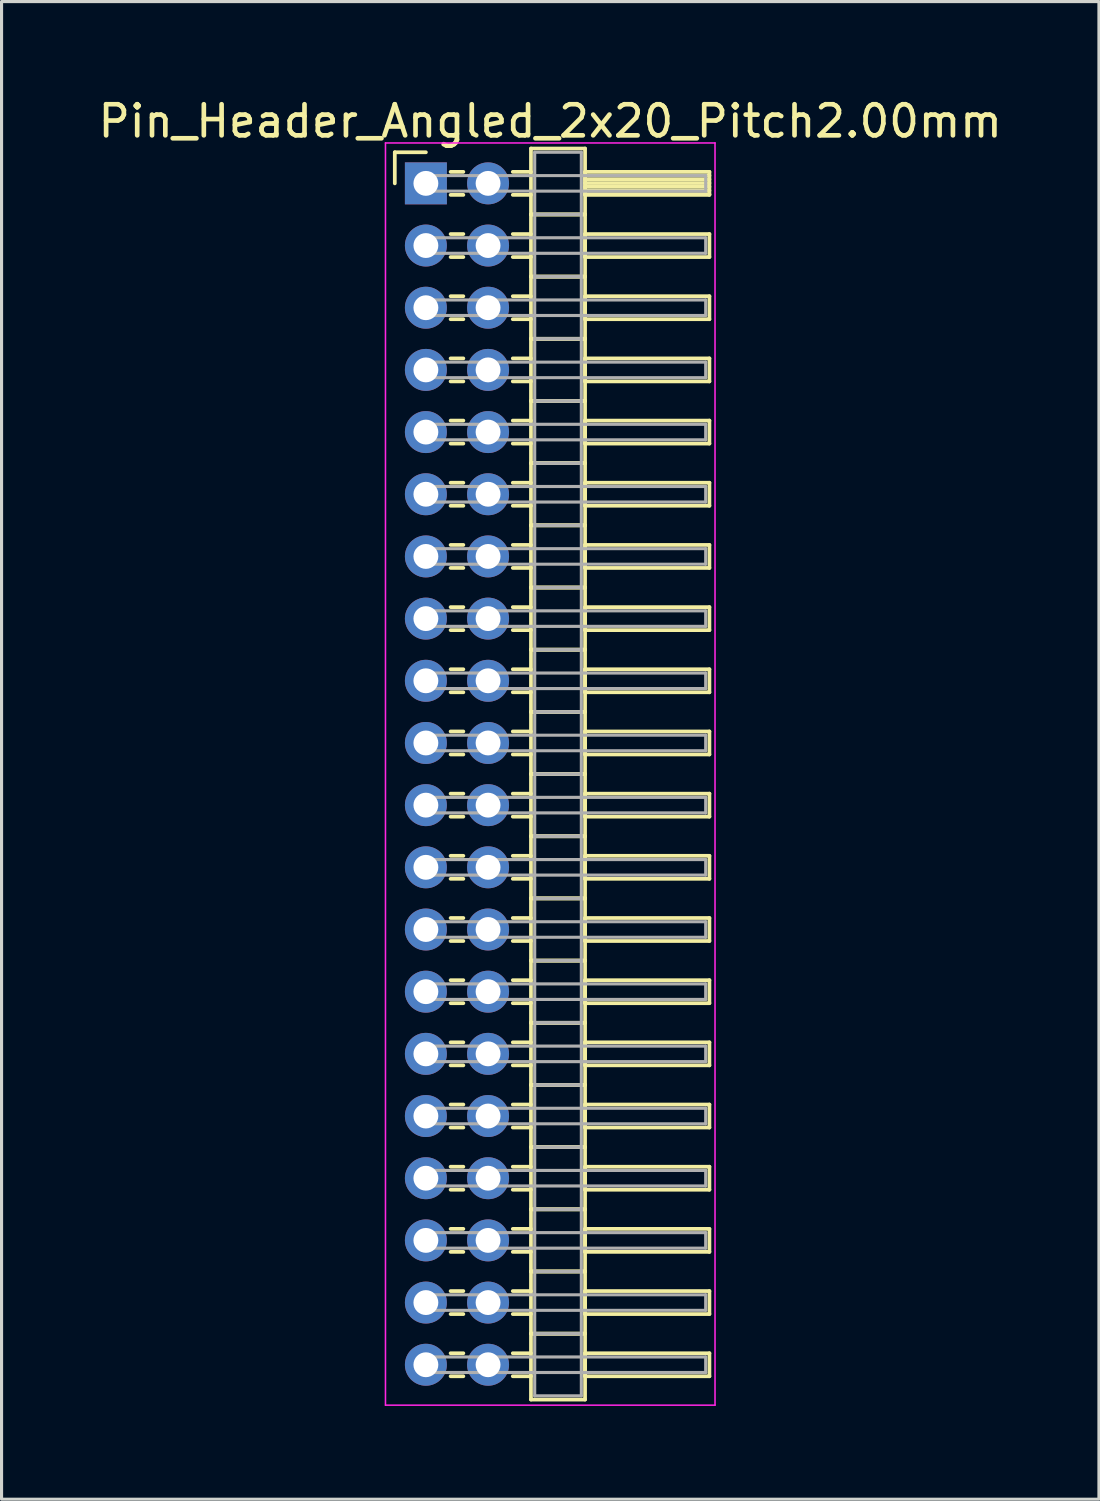
<source format=kicad_pcb>
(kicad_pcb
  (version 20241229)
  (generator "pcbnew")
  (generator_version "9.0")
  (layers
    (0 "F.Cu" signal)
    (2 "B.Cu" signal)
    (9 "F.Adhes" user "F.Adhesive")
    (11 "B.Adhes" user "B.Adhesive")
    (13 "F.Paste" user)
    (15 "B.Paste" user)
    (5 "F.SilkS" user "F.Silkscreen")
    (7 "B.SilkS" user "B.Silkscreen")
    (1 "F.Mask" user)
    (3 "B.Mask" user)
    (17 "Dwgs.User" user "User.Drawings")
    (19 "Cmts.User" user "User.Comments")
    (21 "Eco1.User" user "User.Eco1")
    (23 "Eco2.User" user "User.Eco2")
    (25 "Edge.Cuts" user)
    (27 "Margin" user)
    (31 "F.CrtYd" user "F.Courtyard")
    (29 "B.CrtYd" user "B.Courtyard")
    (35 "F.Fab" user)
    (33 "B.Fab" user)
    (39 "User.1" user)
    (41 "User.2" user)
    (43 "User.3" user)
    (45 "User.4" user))
  (footprint "Pin_Header_Angled_2x20_Pitch2.00mm"
    (layer "F.Cu")
    (at 10.649 2.848)
    (property "Reference" "Pin_Header_Angled_2x20_Pitch2.00mm" (at 4 -2 0) (layer "F.SilkS") (effects (font (size 1 1) (thickness 0.15))))
    (attr through_hole)
    (fp_line (start -1 -1) (end 0 -1) (stroke (width 0.12) (type solid)) (layer "F.SilkS"))
    (fp_line (start -1 0) (end -1 -1) (stroke (width 0.12) (type solid)) (layer "F.SilkS"))
    (fp_line (start 0.795 -0.37) (end 1.205 -0.37) (stroke (width 0.12) (type solid)) (layer "F.SilkS"))
    (fp_line (start 0.795 0.37) (end 1.205 0.37) (stroke (width 0.12) (type solid)) (layer "F.SilkS"))
    (fp_line (start 0.795 1.63) (end 1.205 1.63) (stroke (width 0.12) (type solid)) (layer "F.SilkS"))
    (fp_line (start 0.795 2.37) (end 1.205 2.37) (stroke (width 0.12) (type solid)) (layer "F.SilkS"))
    (fp_line (start 0.795 3.63) (end 1.205 3.63) (stroke (width 0.12) (type solid)) (layer "F.SilkS"))
    (fp_line (start 0.795 4.37) (end 1.205 4.37) (stroke (width 0.12) (type solid)) (layer "F.SilkS"))
    (fp_line (start 0.795 5.63) (end 1.205 5.63) (stroke (width 0.12) (type solid)) (layer "F.SilkS"))
    (fp_line (start 0.795 6.37) (end 1.205 6.37) (stroke (width 0.12) (type solid)) (layer "F.SilkS"))
    (fp_line (start 0.795 7.63) (end 1.205 7.63) (stroke (width 0.12) (type solid)) (layer "F.SilkS"))
    (fp_line (start 0.795 8.37) (end 1.205 8.37) (stroke (width 0.12) (type solid)) (layer "F.SilkS"))
    (fp_line (start 0.795 9.63) (end 1.205 9.63) (stroke (width 0.12) (type solid)) (layer "F.SilkS"))
    (fp_line (start 0.795 10.37) (end 1.205 10.37) (stroke (width 0.12) (type solid)) (layer "F.SilkS"))
    (fp_line (start 0.795 11.63) (end 1.205 11.63) (stroke (width 0.12) (type solid)) (layer "F.SilkS"))
    (fp_line (start 0.795 12.37) (end 1.205 12.37) (stroke (width 0.12) (type solid)) (layer "F.SilkS"))
    (fp_line (start 0.795 13.63) (end 1.205 13.63) (stroke (width 0.12) (type solid)) (layer "F.SilkS"))
    (fp_line (start 0.795 14.37) (end 1.205 14.37) (stroke (width 0.12) (type solid)) (layer "F.SilkS"))
    (fp_line (start 0.795 15.63) (end 1.205 15.63) (stroke (width 0.12) (type solid)) (layer "F.SilkS"))
    (fp_line (start 0.795 16.37) (end 1.205 16.37) (stroke (width 0.12) (type solid)) (layer "F.SilkS"))
    (fp_line (start 0.795 17.63) (end 1.205 17.63) (stroke (width 0.12) (type solid)) (layer "F.SilkS"))
    (fp_line (start 0.795 18.37) (end 1.205 18.37) (stroke (width 0.12) (type solid)) (layer "F.SilkS"))
    (fp_line (start 0.795 19.63) (end 1.205 19.63) (stroke (width 0.12) (type solid)) (layer "F.SilkS"))
    (fp_line (start 0.795 20.37) (end 1.205 20.37) (stroke (width 0.12) (type solid)) (layer "F.SilkS"))
    (fp_line (start 0.795 21.63) (end 1.205 21.63) (stroke (width 0.12) (type solid)) (layer "F.SilkS"))
    (fp_line (start 0.795 22.37) (end 1.205 22.37) (stroke (width 0.12) (type solid)) (layer "F.SilkS"))
    (fp_line (start 0.795 23.63) (end 1.205 23.63) (stroke (width 0.12) (type solid)) (layer "F.SilkS"))
    (fp_line (start 0.795 24.37) (end 1.205 24.37) (stroke (width 0.12) (type solid)) (layer "F.SilkS"))
    (fp_line (start 0.795 25.63) (end 1.205 25.63) (stroke (width 0.12) (type solid)) (layer "F.SilkS"))
    (fp_line (start 0.795 26.37) (end 1.205 26.37) (stroke (width 0.12) (type solid)) (layer "F.SilkS"))
    (fp_line (start 0.795 27.63) (end 1.205 27.63) (stroke (width 0.12) (type solid)) (layer "F.SilkS"))
    (fp_line (start 0.795 28.37) (end 1.205 28.37) (stroke (width 0.12) (type solid)) (layer "F.SilkS"))
    (fp_line (start 0.795 29.63) (end 1.205 29.63) (stroke (width 0.12) (type solid)) (layer "F.SilkS"))
    (fp_line (start 0.795 30.37) (end 1.205 30.37) (stroke (width 0.12) (type solid)) (layer "F.SilkS"))
    (fp_line (start 0.795 31.63) (end 1.205 31.63) (stroke (width 0.12) (type solid)) (layer "F.SilkS"))
    (fp_line (start 0.795 32.37) (end 1.205 32.37) (stroke (width 0.12) (type solid)) (layer "F.SilkS"))
    (fp_line (start 0.795 33.63) (end 1.205 33.63) (stroke (width 0.12) (type solid)) (layer "F.SilkS"))
    (fp_line (start 0.795 34.37) (end 1.205 34.37) (stroke (width 0.12) (type solid)) (layer "F.SilkS"))
    (fp_line (start 0.795 35.63) (end 1.205 35.63) (stroke (width 0.12) (type solid)) (layer "F.SilkS"))
    (fp_line (start 0.795 36.37) (end 1.205 36.37) (stroke (width 0.12) (type solid)) (layer "F.SilkS"))
    (fp_line (start 0.795 37.63) (end 1.205 37.63) (stroke (width 0.12) (type solid)) (layer "F.SilkS"))
    (fp_line (start 0.795 38.37) (end 1.205 38.37) (stroke (width 0.12) (type solid)) (layer "F.SilkS"))
    (fp_line (start 2.795 -0.37) (end 3.38 -0.37) (stroke (width 0.12) (type solid)) (layer "F.SilkS"))
    (fp_line (start 2.795 0.37) (end 3.38 0.37) (stroke (width 0.12) (type solid)) (layer "F.SilkS"))
    (fp_line (start 2.795 1.63) (end 3.38 1.63) (stroke (width 0.12) (type solid)) (layer "F.SilkS"))
    (fp_line (start 2.795 2.37) (end 3.38 2.37) (stroke (width 0.12) (type solid)) (layer "F.SilkS"))
    (fp_line (start 2.795 3.63) (end 3.38 3.63) (stroke (width 0.12) (type solid)) (layer "F.SilkS"))
    (fp_line (start 2.795 4.37) (end 3.38 4.37) (stroke (width 0.12) (type solid)) (layer "F.SilkS"))
    (fp_line (start 2.795 5.63) (end 3.38 5.63) (stroke (width 0.12) (type solid)) (layer "F.SilkS"))
    (fp_line (start 2.795 6.37) (end 3.38 6.37) (stroke (width 0.12) (type solid)) (layer "F.SilkS"))
    (fp_line (start 2.795 7.63) (end 3.38 7.63) (stroke (width 0.12) (type solid)) (layer "F.SilkS"))
    (fp_line (start 2.795 8.37) (end 3.38 8.37) (stroke (width 0.12) (type solid)) (layer "F.SilkS"))
    (fp_line (start 2.795 9.63) (end 3.38 9.63) (stroke (width 0.12) (type solid)) (layer "F.SilkS"))
    (fp_line (start 2.795 10.37) (end 3.38 10.37) (stroke (width 0.12) (type solid)) (layer "F.SilkS"))
    (fp_line (start 2.795 11.63) (end 3.38 11.63) (stroke (width 0.12) (type solid)) (layer "F.SilkS"))
    (fp_line (start 2.795 12.37) (end 3.38 12.37) (stroke (width 0.12) (type solid)) (layer "F.SilkS"))
    (fp_line (start 2.795 13.63) (end 3.38 13.63) (stroke (width 0.12) (type solid)) (layer "F.SilkS"))
    (fp_line (start 2.795 14.37) (end 3.38 14.37) (stroke (width 0.12) (type solid)) (layer "F.SilkS"))
    (fp_line (start 2.795 15.63) (end 3.38 15.63) (stroke (width 0.12) (type solid)) (layer "F.SilkS"))
    (fp_line (start 2.795 16.37) (end 3.38 16.37) (stroke (width 0.12) (type solid)) (layer "F.SilkS"))
    (fp_line (start 2.795 17.63) (end 3.38 17.63) (stroke (width 0.12) (type solid)) (layer "F.SilkS"))
    (fp_line (start 2.795 18.37) (end 3.38 18.37) (stroke (width 0.12) (type solid)) (layer "F.SilkS"))
    (fp_line (start 2.795 19.63) (end 3.38 19.63) (stroke (width 0.12) (type solid)) (layer "F.SilkS"))
    (fp_line (start 2.795 20.37) (end 3.38 20.37) (stroke (width 0.12) (type solid)) (layer "F.SilkS"))
    (fp_line (start 2.795 21.63) (end 3.38 21.63) (stroke (width 0.12) (type solid)) (layer "F.SilkS"))
    (fp_line (start 2.795 22.37) (end 3.38 22.37) (stroke (width 0.12) (type solid)) (layer "F.SilkS"))
    (fp_line (start 2.795 23.63) (end 3.38 23.63) (stroke (width 0.12) (type solid)) (layer "F.SilkS"))
    (fp_line (start 2.795 24.37) (end 3.38 24.37) (stroke (width 0.12) (type solid)) (layer "F.SilkS"))
    (fp_line (start 2.795 25.63) (end 3.38 25.63) (stroke (width 0.12) (type solid)) (layer "F.SilkS"))
    (fp_line (start 2.795 26.37) (end 3.38 26.37) (stroke (width 0.12) (type solid)) (layer "F.SilkS"))
    (fp_line (start 2.795 27.63) (end 3.38 27.63) (stroke (width 0.12) (type solid)) (layer "F.SilkS"))
    (fp_line (start 2.795 28.37) (end 3.38 28.37) (stroke (width 0.12) (type solid)) (layer "F.SilkS"))
    (fp_line (start 2.795 29.63) (end 3.38 29.63) (stroke (width 0.12) (type solid)) (layer "F.SilkS"))
    (fp_line (start 2.795 30.37) (end 3.38 30.37) (stroke (width 0.12) (type solid)) (layer "F.SilkS"))
    (fp_line (start 2.795 31.63) (end 3.38 31.63) (stroke (width 0.12) (type solid)) (layer "F.SilkS"))
    (fp_line (start 2.795 32.37) (end 3.38 32.37) (stroke (width 0.12) (type solid)) (layer "F.SilkS"))
    (fp_line (start 2.795 33.63) (end 3.38 33.63) (stroke (width 0.12) (type solid)) (layer "F.SilkS"))
    (fp_line (start 2.795 34.37) (end 3.38 34.37) (stroke (width 0.12) (type solid)) (layer "F.SilkS"))
    (fp_line (start 2.795 35.63) (end 3.38 35.63) (stroke (width 0.12) (type solid)) (layer "F.SilkS"))
    (fp_line (start 2.795 36.37) (end 3.38 36.37) (stroke (width 0.12) (type solid)) (layer "F.SilkS"))
    (fp_line (start 2.795 37.63) (end 3.38 37.63) (stroke (width 0.12) (type solid)) (layer "F.SilkS"))
    (fp_line (start 2.795 38.37) (end 3.38 38.37) (stroke (width 0.12) (type solid)) (layer "F.SilkS"))
    (fp_line (start 3.38 -1.12) (end 3.38 1) (stroke (width 0.12) (type solid)) (layer "F.SilkS"))
    (fp_line (start 3.38 1) (end 3.38 3) (stroke (width 0.12) (type solid)) (layer "F.SilkS"))
    (fp_line (start 3.38 1) (end 5.12 1) (stroke (width 0.12) (type solid)) (layer "F.SilkS"))
    (fp_line (start 3.38 3) (end 3.38 5) (stroke (width 0.12) (type solid)) (layer "F.SilkS"))
    (fp_line (start 3.38 3) (end 5.12 3) (stroke (width 0.12) (type solid)) (layer "F.SilkS"))
    (fp_line (start 3.38 5) (end 3.38 7) (stroke (width 0.12) (type solid)) (layer "F.SilkS"))
    (fp_line (start 3.38 5) (end 5.12 5) (stroke (width 0.12) (type solid)) (layer "F.SilkS"))
    (fp_line (start 3.38 7) (end 3.38 9) (stroke (width 0.12) (type solid)) (layer "F.SilkS"))
    (fp_line (start 3.38 7) (end 5.12 7) (stroke (width 0.12) (type solid)) (layer "F.SilkS"))
    (fp_line (start 3.38 9) (end 3.38 11) (stroke (width 0.12) (type solid)) (layer "F.SilkS"))
    (fp_line (start 3.38 9) (end 5.12 9) (stroke (width 0.12) (type solid)) (layer "F.SilkS"))
    (fp_line (start 3.38 11) (end 3.38 13) (stroke (width 0.12) (type solid)) (layer "F.SilkS"))
    (fp_line (start 3.38 11) (end 5.12 11) (stroke (width 0.12) (type solid)) (layer "F.SilkS"))
    (fp_line (start 3.38 13) (end 3.38 15) (stroke (width 0.12) (type solid)) (layer "F.SilkS"))
    (fp_line (start 3.38 13) (end 5.12 13) (stroke (width 0.12) (type solid)) (layer "F.SilkS"))
    (fp_line (start 3.38 15) (end 3.38 17) (stroke (width 0.12) (type solid)) (layer "F.SilkS"))
    (fp_line (start 3.38 15) (end 5.12 15) (stroke (width 0.12) (type solid)) (layer "F.SilkS"))
    (fp_line (start 3.38 17) (end 3.38 19) (stroke (width 0.12) (type solid)) (layer "F.SilkS"))
    (fp_line (start 3.38 17) (end 5.12 17) (stroke (width 0.12) (type solid)) (layer "F.SilkS"))
    (fp_line (start 3.38 19) (end 3.38 21) (stroke (width 0.12) (type solid)) (layer "F.SilkS"))
    (fp_line (start 3.38 19) (end 5.12 19) (stroke (width 0.12) (type solid)) (layer "F.SilkS"))
    (fp_line (start 3.38 21) (end 3.38 23) (stroke (width 0.12) (type solid)) (layer "F.SilkS"))
    (fp_line (start 3.38 21) (end 5.12 21) (stroke (width 0.12) (type solid)) (layer "F.SilkS"))
    (fp_line (start 3.38 23) (end 3.38 25) (stroke (width 0.12) (type solid)) (layer "F.SilkS"))
    (fp_line (start 3.38 23) (end 5.12 23) (stroke (width 0.12) (type solid)) (layer "F.SilkS"))
    (fp_line (start 3.38 25) (end 3.38 27) (stroke (width 0.12) (type solid)) (layer "F.SilkS"))
    (fp_line (start 3.38 25) (end 5.12 25) (stroke (width 0.12) (type solid)) (layer "F.SilkS"))
    (fp_line (start 3.38 27) (end 3.38 29) (stroke (width 0.12) (type solid)) (layer "F.SilkS"))
    (fp_line (start 3.38 27) (end 5.12 27) (stroke (width 0.12) (type solid)) (layer "F.SilkS"))
    (fp_line (start 3.38 29) (end 3.38 31) (stroke (width 0.12) (type solid)) (layer "F.SilkS"))
    (fp_line (start 3.38 29) (end 5.12 29) (stroke (width 0.12) (type solid)) (layer "F.SilkS"))
    (fp_line (start 3.38 31) (end 3.38 33) (stroke (width 0.12) (type solid)) (layer "F.SilkS"))
    (fp_line (start 3.38 31) (end 5.12 31) (stroke (width 0.12) (type solid)) (layer "F.SilkS"))
    (fp_line (start 3.38 33) (end 3.38 35) (stroke (width 0.12) (type solid)) (layer "F.SilkS"))
    (fp_line (start 3.38 33) (end 5.12 33) (stroke (width 0.12) (type solid)) (layer "F.SilkS"))
    (fp_line (start 3.38 35) (end 3.38 37) (stroke (width 0.12) (type solid)) (layer "F.SilkS"))
    (fp_line (start 3.38 35) (end 5.12 35) (stroke (width 0.12) (type solid)) (layer "F.SilkS"))
    (fp_line (start 3.38 37) (end 3.38 39.12) (stroke (width 0.12) (type solid)) (layer "F.SilkS"))
    (fp_line (start 3.38 37) (end 5.12 37) (stroke (width 0.12) (type solid)) (layer "F.SilkS"))
    (fp_line (start 3.38 39.12) (end 5.12 39.12) (stroke (width 0.12) (type solid)) (layer "F.SilkS"))
    (fp_line (start 5.12 -1.12) (end 3.38 -1.12) (stroke (width 0.12) (type solid)) (layer "F.SilkS"))
    (fp_line (start 5.12 -0.37) (end 5.12 0.37) (stroke (width 0.12) (type solid)) (layer "F.SilkS"))
    (fp_line (start 5.12 -0.25) (end 9.12 -0.25) (stroke (width 0.12) (type solid)) (layer "F.SilkS"))
    (fp_line (start 5.12 -0.13) (end 9.12 -0.13) (stroke (width 0.12) (type solid)) (layer "F.SilkS"))
    (fp_line (start 5.12 -0.01) (end 9.12 -0.01) (stroke (width 0.12) (type solid)) (layer "F.SilkS"))
    (fp_line (start 5.12 0.11) (end 9.12 0.11) (stroke (width 0.12) (type solid)) (layer "F.SilkS"))
    (fp_line (start 5.12 0.23) (end 9.12 0.23) (stroke (width 0.12) (type solid)) (layer "F.SilkS"))
    (fp_line (start 5.12 0.35) (end 9.12 0.35) (stroke (width 0.12) (type solid)) (layer "F.SilkS"))
    (fp_line (start 5.12 0.37) (end 9.12 0.37) (stroke (width 0.12) (type solid)) (layer "F.SilkS"))
    (fp_line (start 5.12 1) (end 3.38 1) (stroke (width 0.12) (type solid)) (layer "F.SilkS"))
    (fp_line (start 5.12 1) (end 5.12 -1.12) (stroke (width 0.12) (type solid)) (layer "F.SilkS"))
    (fp_line (start 5.12 1.63) (end 5.12 2.37) (stroke (width 0.12) (type solid)) (layer "F.SilkS"))
    (fp_line (start 5.12 2.37) (end 9.12 2.37) (stroke (width 0.12) (type solid)) (layer "F.SilkS"))
    (fp_line (start 5.12 3) (end 3.38 3) (stroke (width 0.12) (type solid)) (layer "F.SilkS"))
    (fp_line (start 5.12 3) (end 5.12 1) (stroke (width 0.12) (type solid)) (layer "F.SilkS"))
    (fp_line (start 5.12 3.63) (end 5.12 4.37) (stroke (width 0.12) (type solid)) (layer "F.SilkS"))
    (fp_line (start 5.12 4.37) (end 9.12 4.37) (stroke (width 0.12) (type solid)) (layer "F.SilkS"))
    (fp_line (start 5.12 5) (end 3.38 5) (stroke (width 0.12) (type solid)) (layer "F.SilkS"))
    (fp_line (start 5.12 5) (end 5.12 3) (stroke (width 0.12) (type solid)) (layer "F.SilkS"))
    (fp_line (start 5.12 5.63) (end 5.12 6.37) (stroke (width 0.12) (type solid)) (layer "F.SilkS"))
    (fp_line (start 5.12 6.37) (end 9.12 6.37) (stroke (width 0.12) (type solid)) (layer "F.SilkS"))
    (fp_line (start 5.12 7) (end 3.38 7) (stroke (width 0.12) (type solid)) (layer "F.SilkS"))
    (fp_line (start 5.12 7) (end 5.12 5) (stroke (width 0.12) (type solid)) (layer "F.SilkS"))
    (fp_line (start 5.12 7.63) (end 5.12 8.37) (stroke (width 0.12) (type solid)) (layer "F.SilkS"))
    (fp_line (start 5.12 8.37) (end 9.12 8.37) (stroke (width 0.12) (type solid)) (layer "F.SilkS"))
    (fp_line (start 5.12 9) (end 3.38 9) (stroke (width 0.12) (type solid)) (layer "F.SilkS"))
    (fp_line (start 5.12 9) (end 5.12 7) (stroke (width 0.12) (type solid)) (layer "F.SilkS"))
    (fp_line (start 5.12 9.63) (end 5.12 10.37) (stroke (width 0.12) (type solid)) (layer "F.SilkS"))
    (fp_line (start 5.12 10.37) (end 9.12 10.37) (stroke (width 0.12) (type solid)) (layer "F.SilkS"))
    (fp_line (start 5.12 11) (end 3.38 11) (stroke (width 0.12) (type solid)) (layer "F.SilkS"))
    (fp_line (start 5.12 11) (end 5.12 9) (stroke (width 0.12) (type solid)) (layer "F.SilkS"))
    (fp_line (start 5.12 11.63) (end 5.12 12.37) (stroke (width 0.12) (type solid)) (layer "F.SilkS"))
    (fp_line (start 5.12 12.37) (end 9.12 12.37) (stroke (width 0.12) (type solid)) (layer "F.SilkS"))
    (fp_line (start 5.12 13) (end 3.38 13) (stroke (width 0.12) (type solid)) (layer "F.SilkS"))
    (fp_line (start 5.12 13) (end 5.12 11) (stroke (width 0.12) (type solid)) (layer "F.SilkS"))
    (fp_line (start 5.12 13.63) (end 5.12 14.37) (stroke (width 0.12) (type solid)) (layer "F.SilkS"))
    (fp_line (start 5.12 14.37) (end 9.12 14.37) (stroke (width 0.12) (type solid)) (layer "F.SilkS"))
    (fp_line (start 5.12 15) (end 3.38 15) (stroke (width 0.12) (type solid)) (layer "F.SilkS"))
    (fp_line (start 5.12 15) (end 5.12 13) (stroke (width 0.12) (type solid)) (layer "F.SilkS"))
    (fp_line (start 5.12 15.63) (end 5.12 16.37) (stroke (width 0.12) (type solid)) (layer "F.SilkS"))
    (fp_line (start 5.12 16.37) (end 9.12 16.37) (stroke (width 0.12) (type solid)) (layer "F.SilkS"))
    (fp_line (start 5.12 17) (end 3.38 17) (stroke (width 0.12) (type solid)) (layer "F.SilkS"))
    (fp_line (start 5.12 17) (end 5.12 15) (stroke (width 0.12) (type solid)) (layer "F.SilkS"))
    (fp_line (start 5.12 17.63) (end 5.12 18.37) (stroke (width 0.12) (type solid)) (layer "F.SilkS"))
    (fp_line (start 5.12 18.37) (end 9.12 18.37) (stroke (width 0.12) (type solid)) (layer "F.SilkS"))
    (fp_line (start 5.12 19) (end 3.38 19) (stroke (width 0.12) (type solid)) (layer "F.SilkS"))
    (fp_line (start 5.12 19) (end 5.12 17) (stroke (width 0.12) (type solid)) (layer "F.SilkS"))
    (fp_line (start 5.12 19.63) (end 5.12 20.37) (stroke (width 0.12) (type solid)) (layer "F.SilkS"))
    (fp_line (start 5.12 20.37) (end 9.12 20.37) (stroke (width 0.12) (type solid)) (layer "F.SilkS"))
    (fp_line (start 5.12 21) (end 3.38 21) (stroke (width 0.12) (type solid)) (layer "F.SilkS"))
    (fp_line (start 5.12 21) (end 5.12 19) (stroke (width 0.12) (type solid)) (layer "F.SilkS"))
    (fp_line (start 5.12 21.63) (end 5.12 22.37) (stroke (width 0.12) (type solid)) (layer "F.SilkS"))
    (fp_line (start 5.12 22.37) (end 9.12 22.37) (stroke (width 0.12) (type solid)) (layer "F.SilkS"))
    (fp_line (start 5.12 23) (end 3.38 23) (stroke (width 0.12) (type solid)) (layer "F.SilkS"))
    (fp_line (start 5.12 23) (end 5.12 21) (stroke (width 0.12) (type solid)) (layer "F.SilkS"))
    (fp_line (start 5.12 23.63) (end 5.12 24.37) (stroke (width 0.12) (type solid)) (layer "F.SilkS"))
    (fp_line (start 5.12 24.37) (end 9.12 24.37) (stroke (width 0.12) (type solid)) (layer "F.SilkS"))
    (fp_line (start 5.12 25) (end 3.38 25) (stroke (width 0.12) (type solid)) (layer "F.SilkS"))
    (fp_line (start 5.12 25) (end 5.12 23) (stroke (width 0.12) (type solid)) (layer "F.SilkS"))
    (fp_line (start 5.12 25.63) (end 5.12 26.37) (stroke (width 0.12) (type solid)) (layer "F.SilkS"))
    (fp_line (start 5.12 26.37) (end 9.12 26.37) (stroke (width 0.12) (type solid)) (layer "F.SilkS"))
    (fp_line (start 5.12 27) (end 3.38 27) (stroke (width 0.12) (type solid)) (layer "F.SilkS"))
    (fp_line (start 5.12 27) (end 5.12 25) (stroke (width 0.12) (type solid)) (layer "F.SilkS"))
    (fp_line (start 5.12 27.63) (end 5.12 28.37) (stroke (width 0.12) (type solid)) (layer "F.SilkS"))
    (fp_line (start 5.12 28.37) (end 9.12 28.37) (stroke (width 0.12) (type solid)) (layer "F.SilkS"))
    (fp_line (start 5.12 29) (end 3.38 29) (stroke (width 0.12) (type solid)) (layer "F.SilkS"))
    (fp_line (start 5.12 29) (end 5.12 27) (stroke (width 0.12) (type solid)) (layer "F.SilkS"))
    (fp_line (start 5.12 29.63) (end 5.12 30.37) (stroke (width 0.12) (type solid)) (layer "F.SilkS"))
    (fp_line (start 5.12 30.37) (end 9.12 30.37) (stroke (width 0.12) (type solid)) (layer "F.SilkS"))
    (fp_line (start 5.12 31) (end 3.38 31) (stroke (width 0.12) (type solid)) (layer "F.SilkS"))
    (fp_line (start 5.12 31) (end 5.12 29) (stroke (width 0.12) (type solid)) (layer "F.SilkS"))
    (fp_line (start 5.12 31.63) (end 5.12 32.37) (stroke (width 0.12) (type solid)) (layer "F.SilkS"))
    (fp_line (start 5.12 32.37) (end 9.12 32.37) (stroke (width 0.12) (type solid)) (layer "F.SilkS"))
    (fp_line (start 5.12 33) (end 3.38 33) (stroke (width 0.12) (type solid)) (layer "F.SilkS"))
    (fp_line (start 5.12 33) (end 5.12 31) (stroke (width 0.12) (type solid)) (layer "F.SilkS"))
    (fp_line (start 5.12 33.63) (end 5.12 34.37) (stroke (width 0.12) (type solid)) (layer "F.SilkS"))
    (fp_line (start 5.12 34.37) (end 9.12 34.37) (stroke (width 0.12) (type solid)) (layer "F.SilkS"))
    (fp_line (start 5.12 35) (end 3.38 35) (stroke (width 0.12) (type solid)) (layer "F.SilkS"))
    (fp_line (start 5.12 35) (end 5.12 33) (stroke (width 0.12) (type solid)) (layer "F.SilkS"))
    (fp_line (start 5.12 35.63) (end 5.12 36.37) (stroke (width 0.12) (type solid)) (layer "F.SilkS"))
    (fp_line (start 5.12 36.37) (end 9.12 36.37) (stroke (width 0.12) (type solid)) (layer "F.SilkS"))
    (fp_line (start 5.12 37) (end 3.38 37) (stroke (width 0.12) (type solid)) (layer "F.SilkS"))
    (fp_line (start 5.12 37) (end 5.12 35) (stroke (width 0.12) (type solid)) (layer "F.SilkS"))
    (fp_line (start 5.12 37.63) (end 5.12 38.37) (stroke (width 0.12) (type solid)) (layer "F.SilkS"))
    (fp_line (start 5.12 38.37) (end 9.12 38.37) (stroke (width 0.12) (type solid)) (layer "F.SilkS"))
    (fp_line (start 5.12 39.12) (end 5.12 37) (stroke (width 0.12) (type solid)) (layer "F.SilkS"))
    (fp_line (start 9.12 -0.37) (end 5.12 -0.37) (stroke (width 0.12) (type solid)) (layer "F.SilkS"))
    (fp_line (start 9.12 0.37) (end 9.12 -0.37) (stroke (width 0.12) (type solid)) (layer "F.SilkS"))
    (fp_line (start 9.12 1.63) (end 5.12 1.63) (stroke (width 0.12) (type solid)) (layer "F.SilkS"))
    (fp_line (start 9.12 2.37) (end 9.12 1.63) (stroke (width 0.12) (type solid)) (layer "F.SilkS"))
    (fp_line (start 9.12 3.63) (end 5.12 3.63) (stroke (width 0.12) (type solid)) (layer "F.SilkS"))
    (fp_line (start 9.12 4.37) (end 9.12 3.63) (stroke (width 0.12) (type solid)) (layer "F.SilkS"))
    (fp_line (start 9.12 5.63) (end 5.12 5.63) (stroke (width 0.12) (type solid)) (layer "F.SilkS"))
    (fp_line (start 9.12 6.37) (end 9.12 5.63) (stroke (width 0.12) (type solid)) (layer "F.SilkS"))
    (fp_line (start 9.12 7.63) (end 5.12 7.63) (stroke (width 0.12) (type solid)) (layer "F.SilkS"))
    (fp_line (start 9.12 8.37) (end 9.12 7.63) (stroke (width 0.12) (type solid)) (layer "F.SilkS"))
    (fp_line (start 9.12 9.63) (end 5.12 9.63) (stroke (width 0.12) (type solid)) (layer "F.SilkS"))
    (fp_line (start 9.12 10.37) (end 9.12 9.63) (stroke (width 0.12) (type solid)) (layer "F.SilkS"))
    (fp_line (start 9.12 11.63) (end 5.12 11.63) (stroke (width 0.12) (type solid)) (layer "F.SilkS"))
    (fp_line (start 9.12 12.37) (end 9.12 11.63) (stroke (width 0.12) (type solid)) (layer "F.SilkS"))
    (fp_line (start 9.12 13.63) (end 5.12 13.63) (stroke (width 0.12) (type solid)) (layer "F.SilkS"))
    (fp_line (start 9.12 14.37) (end 9.12 13.63) (stroke (width 0.12) (type solid)) (layer "F.SilkS"))
    (fp_line (start 9.12 15.63) (end 5.12 15.63) (stroke (width 0.12) (type solid)) (layer "F.SilkS"))
    (fp_line (start 9.12 16.37) (end 9.12 15.63) (stroke (width 0.12) (type solid)) (layer "F.SilkS"))
    (fp_line (start 9.12 17.63) (end 5.12 17.63) (stroke (width 0.12) (type solid)) (layer "F.SilkS"))
    (fp_line (start 9.12 18.37) (end 9.12 17.63) (stroke (width 0.12) (type solid)) (layer "F.SilkS"))
    (fp_line (start 9.12 19.63) (end 5.12 19.63) (stroke (width 0.12) (type solid)) (layer "F.SilkS"))
    (fp_line (start 9.12 20.37) (end 9.12 19.63) (stroke (width 0.12) (type solid)) (layer "F.SilkS"))
    (fp_line (start 9.12 21.63) (end 5.12 21.63) (stroke (width 0.12) (type solid)) (layer "F.SilkS"))
    (fp_line (start 9.12 22.37) (end 9.12 21.63) (stroke (width 0.12) (type solid)) (layer "F.SilkS"))
    (fp_line (start 9.12 23.63) (end 5.12 23.63) (stroke (width 0.12) (type solid)) (layer "F.SilkS"))
    (fp_line (start 9.12 24.37) (end 9.12 23.63) (stroke (width 0.12) (type solid)) (layer "F.SilkS"))
    (fp_line (start 9.12 25.63) (end 5.12 25.63) (stroke (width 0.12) (type solid)) (layer "F.SilkS"))
    (fp_line (start 9.12 26.37) (end 9.12 25.63) (stroke (width 0.12) (type solid)) (layer "F.SilkS"))
    (fp_line (start 9.12 27.63) (end 5.12 27.63) (stroke (width 0.12) (type solid)) (layer "F.SilkS"))
    (fp_line (start 9.12 28.37) (end 9.12 27.63) (stroke (width 0.12) (type solid)) (layer "F.SilkS"))
    (fp_line (start 9.12 29.63) (end 5.12 29.63) (stroke (width 0.12) (type solid)) (layer "F.SilkS"))
    (fp_line (start 9.12 30.37) (end 9.12 29.63) (stroke (width 0.12) (type solid)) (layer "F.SilkS"))
    (fp_line (start 9.12 31.63) (end 5.12 31.63) (stroke (width 0.12) (type solid)) (layer "F.SilkS"))
    (fp_line (start 9.12 32.37) (end 9.12 31.63) (stroke (width 0.12) (type solid)) (layer "F.SilkS"))
    (fp_line (start 9.12 33.63) (end 5.12 33.63) (stroke (width 0.12) (type solid)) (layer "F.SilkS"))
    (fp_line (start 9.12 34.37) (end 9.12 33.63) (stroke (width 0.12) (type solid)) (layer "F.SilkS"))
    (fp_line (start 9.12 35.63) (end 5.12 35.63) (stroke (width 0.12) (type solid)) (layer "F.SilkS"))
    (fp_line (start 9.12 36.37) (end 9.12 35.63) (stroke (width 0.12) (type solid)) (layer "F.SilkS"))
    (fp_line (start 9.12 37.63) (end 5.12 37.63) (stroke (width 0.12) (type solid)) (layer "F.SilkS"))
    (fp_line (start 9.12 38.37) (end 9.12 37.63) (stroke (width 0.12) (type solid)) (layer "F.SilkS"))
    (fp_line (start -1.3 -1.3) (end -1.3 39.3) (stroke (width 0.05) (type solid)) (layer "F.CrtYd"))
    (fp_line (start -1.3 39.3) (end 9.3 39.3) (stroke (width 0.05) (type solid)) (layer "F.CrtYd"))
    (fp_line (start 9.3 -1.3) (end -1.3 -1.3) (stroke (width 0.05) (type solid)) (layer "F.CrtYd"))
    (fp_line (start 9.3 39.3) (end 9.3 -1.3) (stroke (width 0.05) (type solid)) (layer "F.CrtYd"))
    (fp_line (start 0 -0.25) (end 0 0.25) (stroke (width 0.1) (type solid)) (layer "F.Fab"))
    (fp_line (start 0 0.25) (end 9 0.25) (stroke (width 0.1) (type solid)) (layer "F.Fab"))
    (fp_line (start 0 1.75) (end 0 2.25) (stroke (width 0.1) (type solid)) (layer "F.Fab"))
    (fp_line (start 0 2.25) (end 9 2.25) (stroke (width 0.1) (type solid)) (layer "F.Fab"))
    (fp_line (start 0 3.75) (end 0 4.25) (stroke (width 0.1) (type solid)) (layer "F.Fab"))
    (fp_line (start 0 4.25) (end 9 4.25) (stroke (width 0.1) (type solid)) (layer "F.Fab"))
    (fp_line (start 0 5.75) (end 0 6.25) (stroke (width 0.1) (type solid)) (layer "F.Fab"))
    (fp_line (start 0 6.25) (end 9 6.25) (stroke (width 0.1) (type solid)) (layer "F.Fab"))
    (fp_line (start 0 7.75) (end 0 8.25) (stroke (width 0.1) (type solid)) (layer "F.Fab"))
    (fp_line (start 0 8.25) (end 9 8.25) (stroke (width 0.1) (type solid)) (layer "F.Fab"))
    (fp_line (start 0 9.75) (end 0 10.25) (stroke (width 0.1) (type solid)) (layer "F.Fab"))
    (fp_line (start 0 10.25) (end 9 10.25) (stroke (width 0.1) (type solid)) (layer "F.Fab"))
    (fp_line (start 0 11.75) (end 0 12.25) (stroke (width 0.1) (type solid)) (layer "F.Fab"))
    (fp_line (start 0 12.25) (end 9 12.25) (stroke (width 0.1) (type solid)) (layer "F.Fab"))
    (fp_line (start 0 13.75) (end 0 14.25) (stroke (width 0.1) (type solid)) (layer "F.Fab"))
    (fp_line (start 0 14.25) (end 9 14.25) (stroke (width 0.1) (type solid)) (layer "F.Fab"))
    (fp_line (start 0 15.75) (end 0 16.25) (stroke (width 0.1) (type solid)) (layer "F.Fab"))
    (fp_line (start 0 16.25) (end 9 16.25) (stroke (width 0.1) (type solid)) (layer "F.Fab"))
    (fp_line (start 0 17.75) (end 0 18.25) (stroke (width 0.1) (type solid)) (layer "F.Fab"))
    (fp_line (start 0 18.25) (end 9 18.25) (stroke (width 0.1) (type solid)) (layer "F.Fab"))
    (fp_line (start 0 19.75) (end 0 20.25) (stroke (width 0.1) (type solid)) (layer "F.Fab"))
    (fp_line (start 0 20.25) (end 9 20.25) (stroke (width 0.1) (type solid)) (layer "F.Fab"))
    (fp_line (start 0 21.75) (end 0 22.25) (stroke (width 0.1) (type solid)) (layer "F.Fab"))
    (fp_line (start 0 22.25) (end 9 22.25) (stroke (width 0.1) (type solid)) (layer "F.Fab"))
    (fp_line (start 0 23.75) (end 0 24.25) (stroke (width 0.1) (type solid)) (layer "F.Fab"))
    (fp_line (start 0 24.25) (end 9 24.25) (stroke (width 0.1) (type solid)) (layer "F.Fab"))
    (fp_line (start 0 25.75) (end 0 26.25) (stroke (width 0.1) (type solid)) (layer "F.Fab"))
    (fp_line (start 0 26.25) (end 9 26.25) (stroke (width 0.1) (type solid)) (layer "F.Fab"))
    (fp_line (start 0 27.75) (end 0 28.25) (stroke (width 0.1) (type solid)) (layer "F.Fab"))
    (fp_line (start 0 28.25) (end 9 28.25) (stroke (width 0.1) (type solid)) (layer "F.Fab"))
    (fp_line (start 0 29.75) (end 0 30.25) (stroke (width 0.1) (type solid)) (layer "F.Fab"))
    (fp_line (start 0 30.25) (end 9 30.25) (stroke (width 0.1) (type solid)) (layer "F.Fab"))
    (fp_line (start 0 31.75) (end 0 32.25) (stroke (width 0.1) (type solid)) (layer "F.Fab"))
    (fp_line (start 0 32.25) (end 9 32.25) (stroke (width 0.1) (type solid)) (layer "F.Fab"))
    (fp_line (start 0 33.75) (end 0 34.25) (stroke (width 0.1) (type solid)) (layer "F.Fab"))
    (fp_line (start 0 34.25) (end 9 34.25) (stroke (width 0.1) (type solid)) (layer "F.Fab"))
    (fp_line (start 0 35.75) (end 0 36.25) (stroke (width 0.1) (type solid)) (layer "F.Fab"))
    (fp_line (start 0 36.25) (end 9 36.25) (stroke (width 0.1) (type solid)) (layer "F.Fab"))
    (fp_line (start 0 37.75) (end 0 38.25) (stroke (width 0.1) (type solid)) (layer "F.Fab"))
    (fp_line (start 0 38.25) (end 9 38.25) (stroke (width 0.1) (type solid)) (layer "F.Fab"))
    (fp_line (start 3.5 -1) (end 3.5 1) (stroke (width 0.1) (type solid)) (layer "F.Fab"))
    (fp_line (start 3.5 1) (end 3.5 3) (stroke (width 0.1) (type solid)) (layer "F.Fab"))
    (fp_line (start 3.5 1) (end 5 1) (stroke (width 0.1) (type solid)) (layer "F.Fab"))
    (fp_line (start 3.5 3) (end 3.5 5) (stroke (width 0.1) (type solid)) (layer "F.Fab"))
    (fp_line (start 3.5 3) (end 5 3) (stroke (width 0.1) (type solid)) (layer "F.Fab"))
    (fp_line (start 3.5 5) (end 3.5 7) (stroke (width 0.1) (type solid)) (layer "F.Fab"))
    (fp_line (start 3.5 5) (end 5 5) (stroke (width 0.1) (type solid)) (layer "F.Fab"))
    (fp_line (start 3.5 7) (end 3.5 9) (stroke (width 0.1) (type solid)) (layer "F.Fab"))
    (fp_line (start 3.5 7) (end 5 7) (stroke (width 0.1) (type solid)) (layer "F.Fab"))
    (fp_line (start 3.5 9) (end 3.5 11) (stroke (width 0.1) (type solid)) (layer "F.Fab"))
    (fp_line (start 3.5 9) (end 5 9) (stroke (width 0.1) (type solid)) (layer "F.Fab"))
    (fp_line (start 3.5 11) (end 3.5 13) (stroke (width 0.1) (type solid)) (layer "F.Fab"))
    (fp_line (start 3.5 11) (end 5 11) (stroke (width 0.1) (type solid)) (layer "F.Fab"))
    (fp_line (start 3.5 13) (end 3.5 15) (stroke (width 0.1) (type solid)) (layer "F.Fab"))
    (fp_line (start 3.5 13) (end 5 13) (stroke (width 0.1) (type solid)) (layer "F.Fab"))
    (fp_line (start 3.5 15) (end 3.5 17) (stroke (width 0.1) (type solid)) (layer "F.Fab"))
    (fp_line (start 3.5 15) (end 5 15) (stroke (width 0.1) (type solid)) (layer "F.Fab"))
    (fp_line (start 3.5 17) (end 3.5 19) (stroke (width 0.1) (type solid)) (layer "F.Fab"))
    (fp_line (start 3.5 17) (end 5 17) (stroke (width 0.1) (type solid)) (layer "F.Fab"))
    (fp_line (start 3.5 19) (end 3.5 21) (stroke (width 0.1) (type solid)) (layer "F.Fab"))
    (fp_line (start 3.5 19) (end 5 19) (stroke (width 0.1) (type solid)) (layer "F.Fab"))
    (fp_line (start 3.5 21) (end 3.5 23) (stroke (width 0.1) (type solid)) (layer "F.Fab"))
    (fp_line (start 3.5 21) (end 5 21) (stroke (width 0.1) (type solid)) (layer "F.Fab"))
    (fp_line (start 3.5 23) (end 3.5 25) (stroke (width 0.1) (type solid)) (layer "F.Fab"))
    (fp_line (start 3.5 23) (end 5 23) (stroke (width 0.1) (type solid)) (layer "F.Fab"))
    (fp_line (start 3.5 25) (end 3.5 27) (stroke (width 0.1) (type solid)) (layer "F.Fab"))
    (fp_line (start 3.5 25) (end 5 25) (stroke (width 0.1) (type solid)) (layer "F.Fab"))
    (fp_line (start 3.5 27) (end 3.5 29) (stroke (width 0.1) (type solid)) (layer "F.Fab"))
    (fp_line (start 3.5 27) (end 5 27) (stroke (width 0.1) (type solid)) (layer "F.Fab"))
    (fp_line (start 3.5 29) (end 3.5 31) (stroke (width 0.1) (type solid)) (layer "F.Fab"))
    (fp_line (start 3.5 29) (end 5 29) (stroke (width 0.1) (type solid)) (layer "F.Fab"))
    (fp_line (start 3.5 31) (end 3.5 33) (stroke (width 0.1) (type solid)) (layer "F.Fab"))
    (fp_line (start 3.5 31) (end 5 31) (stroke (width 0.1) (type solid)) (layer "F.Fab"))
    (fp_line (start 3.5 33) (end 3.5 35) (stroke (width 0.1) (type solid)) (layer "F.Fab"))
    (fp_line (start 3.5 33) (end 5 33) (stroke (width 0.1) (type solid)) (layer "F.Fab"))
    (fp_line (start 3.5 35) (end 3.5 37) (stroke (width 0.1) (type solid)) (layer "F.Fab"))
    (fp_line (start 3.5 35) (end 5 35) (stroke (width 0.1) (type solid)) (layer "F.Fab"))
    (fp_line (start 3.5 37) (end 3.5 39) (stroke (width 0.1) (type solid)) (layer "F.Fab"))
    (fp_line (start 3.5 37) (end 5 37) (stroke (width 0.1) (type solid)) (layer "F.Fab"))
    (fp_line (start 3.5 39) (end 5 39) (stroke (width 0.1) (type solid)) (layer "F.Fab"))
    (fp_line (start 5 -1) (end 3.5 -1) (stroke (width 0.1) (type solid)) (layer "F.Fab"))
    (fp_line (start 5 1) (end 3.5 1) (stroke (width 0.1) (type solid)) (layer "F.Fab"))
    (fp_line (start 5 1) (end 5 -1) (stroke (width 0.1) (type solid)) (layer "F.Fab"))
    (fp_line (start 5 3) (end 3.5 3) (stroke (width 0.1) (type solid)) (layer "F.Fab"))
    (fp_line (start 5 3) (end 5 1) (stroke (width 0.1) (type solid)) (layer "F.Fab"))
    (fp_line (start 5 5) (end 3.5 5) (stroke (width 0.1) (type solid)) (layer "F.Fab"))
    (fp_line (start 5 5) (end 5 3) (stroke (width 0.1) (type solid)) (layer "F.Fab"))
    (fp_line (start 5 7) (end 3.5 7) (stroke (width 0.1) (type solid)) (layer "F.Fab"))
    (fp_line (start 5 7) (end 5 5) (stroke (width 0.1) (type solid)) (layer "F.Fab"))
    (fp_line (start 5 9) (end 3.5 9) (stroke (width 0.1) (type solid)) (layer "F.Fab"))
    (fp_line (start 5 9) (end 5 7) (stroke (width 0.1) (type solid)) (layer "F.Fab"))
    (fp_line (start 5 11) (end 3.5 11) (stroke (width 0.1) (type solid)) (layer "F.Fab"))
    (fp_line (start 5 11) (end 5 9) (stroke (width 0.1) (type solid)) (layer "F.Fab"))
    (fp_line (start 5 13) (end 3.5 13) (stroke (width 0.1) (type solid)) (layer "F.Fab"))
    (fp_line (start 5 13) (end 5 11) (stroke (width 0.1) (type solid)) (layer "F.Fab"))
    (fp_line (start 5 15) (end 3.5 15) (stroke (width 0.1) (type solid)) (layer "F.Fab"))
    (fp_line (start 5 15) (end 5 13) (stroke (width 0.1) (type solid)) (layer "F.Fab"))
    (fp_line (start 5 17) (end 3.5 17) (stroke (width 0.1) (type solid)) (layer "F.Fab"))
    (fp_line (start 5 17) (end 5 15) (stroke (width 0.1) (type solid)) (layer "F.Fab"))
    (fp_line (start 5 19) (end 3.5 19) (stroke (width 0.1) (type solid)) (layer "F.Fab"))
    (fp_line (start 5 19) (end 5 17) (stroke (width 0.1) (type solid)) (layer "F.Fab"))
    (fp_line (start 5 21) (end 3.5 21) (stroke (width 0.1) (type solid)) (layer "F.Fab"))
    (fp_line (start 5 21) (end 5 19) (stroke (width 0.1) (type solid)) (layer "F.Fab"))
    (fp_line (start 5 23) (end 3.5 23) (stroke (width 0.1) (type solid)) (layer "F.Fab"))
    (fp_line (start 5 23) (end 5 21) (stroke (width 0.1) (type solid)) (layer "F.Fab"))
    (fp_line (start 5 25) (end 3.5 25) (stroke (width 0.1) (type solid)) (layer "F.Fab"))
    (fp_line (start 5 25) (end 5 23) (stroke (width 0.1) (type solid)) (layer "F.Fab"))
    (fp_line (start 5 27) (end 3.5 27) (stroke (width 0.1) (type solid)) (layer "F.Fab"))
    (fp_line (start 5 27) (end 5 25) (stroke (width 0.1) (type solid)) (layer "F.Fab"))
    (fp_line (start 5 29) (end 3.5 29) (stroke (width 0.1) (type solid)) (layer "F.Fab"))
    (fp_line (start 5 29) (end 5 27) (stroke (width 0.1) (type solid)) (layer "F.Fab"))
    (fp_line (start 5 31) (end 3.5 31) (stroke (width 0.1) (type solid)) (layer "F.Fab"))
    (fp_line (start 5 31) (end 5 29) (stroke (width 0.1) (type solid)) (layer "F.Fab"))
    (fp_line (start 5 33) (end 3.5 33) (stroke (width 0.1) (type solid)) (layer "F.Fab"))
    (fp_line (start 5 33) (end 5 31) (stroke (width 0.1) (type solid)) (layer "F.Fab"))
    (fp_line (start 5 35) (end 3.5 35) (stroke (width 0.1) (type solid)) (layer "F.Fab"))
    (fp_line (start 5 35) (end 5 33) (stroke (width 0.1) (type solid)) (layer "F.Fab"))
    (fp_line (start 5 37) (end 3.5 37) (stroke (width 0.1) (type solid)) (layer "F.Fab"))
    (fp_line (start 5 37) (end 5 35) (stroke (width 0.1) (type solid)) (layer "F.Fab"))
    (fp_line (start 5 39) (end 5 37) (stroke (width 0.1) (type solid)) (layer "F.Fab"))
    (fp_line (start 9 -0.25) (end 0 -0.25) (stroke (width 0.1) (type solid)) (layer "F.Fab"))
    (fp_line (start 9 0.25) (end 9 -0.25) (stroke (width 0.1) (type solid)) (layer "F.Fab"))
    (fp_line (start 9 1.75) (end 0 1.75) (stroke (width 0.1) (type solid)) (layer "F.Fab"))
    (fp_line (start 9 2.25) (end 9 1.75) (stroke (width 0.1) (type solid)) (layer "F.Fab"))
    (fp_line (start 9 3.75) (end 0 3.75) (stroke (width 0.1) (type solid)) (layer "F.Fab"))
    (fp_line (start 9 4.25) (end 9 3.75) (stroke (width 0.1) (type solid)) (layer "F.Fab"))
    (fp_line (start 9 5.75) (end 0 5.75) (stroke (width 0.1) (type solid)) (layer "F.Fab"))
    (fp_line (start 9 6.25) (end 9 5.75) (stroke (width 0.1) (type solid)) (layer "F.Fab"))
    (fp_line (start 9 7.75) (end 0 7.75) (stroke (width 0.1) (type solid)) (layer "F.Fab"))
    (fp_line (start 9 8.25) (end 9 7.75) (stroke (width 0.1) (type solid)) (layer "F.Fab"))
    (fp_line (start 9 9.75) (end 0 9.75) (stroke (width 0.1) (type solid)) (layer "F.Fab"))
    (fp_line (start 9 10.25) (end 9 9.75) (stroke (width 0.1) (type solid)) (layer "F.Fab"))
    (fp_line (start 9 11.75) (end 0 11.75) (stroke (width 0.1) (type solid)) (layer "F.Fab"))
    (fp_line (start 9 12.25) (end 9 11.75) (stroke (width 0.1) (type solid)) (layer "F.Fab"))
    (fp_line (start 9 13.75) (end 0 13.75) (stroke (width 0.1) (type solid)) (layer "F.Fab"))
    (fp_line (start 9 14.25) (end 9 13.75) (stroke (width 0.1) (type solid)) (layer "F.Fab"))
    (fp_line (start 9 15.75) (end 0 15.75) (stroke (width 0.1) (type solid)) (layer "F.Fab"))
    (fp_line (start 9 16.25) (end 9 15.75) (stroke (width 0.1) (type solid)) (layer "F.Fab"))
    (fp_line (start 9 17.75) (end 0 17.75) (stroke (width 0.1) (type solid)) (layer "F.Fab"))
    (fp_line (start 9 18.25) (end 9 17.75) (stroke (width 0.1) (type solid)) (layer "F.Fab"))
    (fp_line (start 9 19.75) (end 0 19.75) (stroke (width 0.1) (type solid)) (layer "F.Fab"))
    (fp_line (start 9 20.25) (end 9 19.75) (stroke (width 0.1) (type solid)) (layer "F.Fab"))
    (fp_line (start 9 21.75) (end 0 21.75) (stroke (width 0.1) (type solid)) (layer "F.Fab"))
    (fp_line (start 9 22.25) (end 9 21.75) (stroke (width 0.1) (type solid)) (layer "F.Fab"))
    (fp_line (start 9 23.75) (end 0 23.75) (stroke (width 0.1) (type solid)) (layer "F.Fab"))
    (fp_line (start 9 24.25) (end 9 23.75) (stroke (width 0.1) (type solid)) (layer "F.Fab"))
    (fp_line (start 9 25.75) (end 0 25.75) (stroke (width 0.1) (type solid)) (layer "F.Fab"))
    (fp_line (start 9 26.25) (end 9 25.75) (stroke (width 0.1) (type solid)) (layer "F.Fab"))
    (fp_line (start 9 27.75) (end 0 27.75) (stroke (width 0.1) (type solid)) (layer "F.Fab"))
    (fp_line (start 9 28.25) (end 9 27.75) (stroke (width 0.1) (type solid)) (layer "F.Fab"))
    (fp_line (start 9 29.75) (end 0 29.75) (stroke (width 0.1) (type solid)) (layer "F.Fab"))
    (fp_line (start 9 30.25) (end 9 29.75) (stroke (width 0.1) (type solid)) (layer "F.Fab"))
    (fp_line (start 9 31.75) (end 0 31.75) (stroke (width 0.1) (type solid)) (layer "F.Fab"))
    (fp_line (start 9 32.25) (end 9 31.75) (stroke (width 0.1) (type solid)) (layer "F.Fab"))
    (fp_line (start 9 33.75) (end 0 33.75) (stroke (width 0.1) (type solid)) (layer "F.Fab"))
    (fp_line (start 9 34.25) (end 9 33.75) (stroke (width 0.1) (type solid)) (layer "F.Fab"))
    (fp_line (start 9 35.75) (end 0 35.75) (stroke (width 0.1) (type solid)) (layer "F.Fab"))
    (fp_line (start 9 36.25) (end 9 35.75) (stroke (width 0.1) (type solid)) (layer "F.Fab"))
    (fp_line (start 9 37.75) (end 0 37.75) (stroke (width 0.1) (type solid)) (layer "F.Fab"))
    (fp_line (start 9 38.25) (end 9 37.75) (stroke (width 0.1) (type solid)) (layer "F.Fab"))
    (pad "1" thru_hole rect (at 0 0) (size 1.35 1.35) (drill 0.8) (layers "*.Cu" "*.Mask"))
    (pad "2" thru_hole oval (at 2 0) (size 1.35 1.35) (drill 0.8) (layers "*.Cu" "*.Mask"))
    (pad "3" thru_hole oval (at 0 2) (size 1.35 1.35) (drill 0.8) (layers "*.Cu" "*.Mask"))
    (pad "4" thru_hole oval (at 2 2) (size 1.35 1.35) (drill 0.8) (layers "*.Cu" "*.Mask"))
    (pad "5" thru_hole oval (at 0 4) (size 1.35 1.35) (drill 0.8) (layers "*.Cu" "*.Mask"))
    (pad "6" thru_hole oval (at 2 4) (size 1.35 1.35) (drill 0.8) (layers "*.Cu" "*.Mask"))
    (pad "7" thru_hole oval (at 0 6) (size 1.35 1.35) (drill 0.8) (layers "*.Cu" "*.Mask"))
    (pad "8" thru_hole oval (at 2 6) (size 1.35 1.35) (drill 0.8) (layers "*.Cu" "*.Mask"))
    (pad "9" thru_hole oval (at 0 8) (size 1.35 1.35) (drill 0.8) (layers "*.Cu" "*.Mask"))
    (pad "10" thru_hole oval (at 2 8) (size 1.35 1.35) (drill 0.8) (layers "*.Cu" "*.Mask"))
    (pad "11" thru_hole oval (at 0 10) (size 1.35 1.35) (drill 0.8) (layers "*.Cu" "*.Mask"))
    (pad "12" thru_hole oval (at 2 10) (size 1.35 1.35) (drill 0.8) (layers "*.Cu" "*.Mask"))
    (pad "13" thru_hole oval (at 0 12) (size 1.35 1.35) (drill 0.8) (layers "*.Cu" "*.Mask"))
    (pad "14" thru_hole oval (at 2 12) (size 1.35 1.35) (drill 0.8) (layers "*.Cu" "*.Mask"))
    (pad "15" thru_hole oval (at 0 14) (size 1.35 1.35) (drill 0.8) (layers "*.Cu" "*.Mask"))
    (pad "16" thru_hole oval (at 2 14) (size 1.35 1.35) (drill 0.8) (layers "*.Cu" "*.Mask"))
    (pad "17" thru_hole oval (at 0 16) (size 1.35 1.35) (drill 0.8) (layers "*.Cu" "*.Mask"))
    (pad "18" thru_hole oval (at 2 16) (size 1.35 1.35) (drill 0.8) (layers "*.Cu" "*.Mask"))
    (pad "19" thru_hole oval (at 0 18) (size 1.35 1.35) (drill 0.8) (layers "*.Cu" "*.Mask"))
    (pad "20" thru_hole oval (at 2 18) (size 1.35 1.35) (drill 0.8) (layers "*.Cu" "*.Mask"))
    (pad "21" thru_hole oval (at 0 20) (size 1.35 1.35) (drill 0.8) (layers "*.Cu" "*.Mask"))
    (pad "22" thru_hole oval (at 2 20) (size 1.35 1.35) (drill 0.8) (layers "*.Cu" "*.Mask"))
    (pad "23" thru_hole oval (at 0 22) (size 1.35 1.35) (drill 0.8) (layers "*.Cu" "*.Mask"))
    (pad "24" thru_hole oval (at 2 22) (size 1.35 1.35) (drill 0.8) (layers "*.Cu" "*.Mask"))
    (pad "25" thru_hole oval (at 0 24) (size 1.35 1.35) (drill 0.8) (layers "*.Cu" "*.Mask"))
    (pad "26" thru_hole oval (at 2 24) (size 1.35 1.35) (drill 0.8) (layers "*.Cu" "*.Mask"))
    (pad "27" thru_hole oval (at 0 26) (size 1.35 1.35) (drill 0.8) (layers "*.Cu" "*.Mask"))
    (pad "28" thru_hole oval (at 2 26) (size 1.35 1.35) (drill 0.8) (layers "*.Cu" "*.Mask"))
    (pad "29" thru_hole oval (at 0 28) (size 1.35 1.35) (drill 0.8) (layers "*.Cu" "*.Mask"))
    (pad "30" thru_hole oval (at 2 28) (size 1.35 1.35) (drill 0.8) (layers "*.Cu" "*.Mask"))
    (pad "31" thru_hole oval (at 0 30) (size 1.35 1.35) (drill 0.8) (layers "*.Cu" "*.Mask"))
    (pad "32" thru_hole oval (at 2 30) (size 1.35 1.35) (drill 0.8) (layers "*.Cu" "*.Mask"))
    (pad "33" thru_hole oval (at 0 32) (size 1.35 1.35) (drill 0.8) (layers "*.Cu" "*.Mask"))
    (pad "34" thru_hole oval (at 2 32) (size 1.35 1.35) (drill 0.8) (layers "*.Cu" "*.Mask"))
    (pad "35" thru_hole oval (at 0 34) (size 1.35 1.35) (drill 0.8) (layers "*.Cu" "*.Mask"))
    (pad "36" thru_hole oval (at 2 34) (size 1.35 1.35) (drill 0.8) (layers "*.Cu" "*.Mask"))
    (pad "37" thru_hole oval (at 0 36) (size 1.35 1.35) (drill 0.8) (layers "*.Cu" "*.Mask"))
    (pad "38" thru_hole oval (at 2 36) (size 1.35 1.35) (drill 0.8) (layers "*.Cu" "*.Mask"))
    (pad "39" thru_hole oval (at 0 38) (size 1.35 1.35) (drill 0.8) (layers "*.Cu" "*.Mask"))
    (pad "40" thru_hole oval (at 2 38) (size 1.35 1.35) (drill 0.8) (layers "*.Cu" "*.Mask")))
  (gr_rect
    (start -3 -3)
    (end 32.298 45.173)
    (stroke (width 0.1) (type default))
    (fill no)
    (layer "Edge.Cuts")))
</source>
